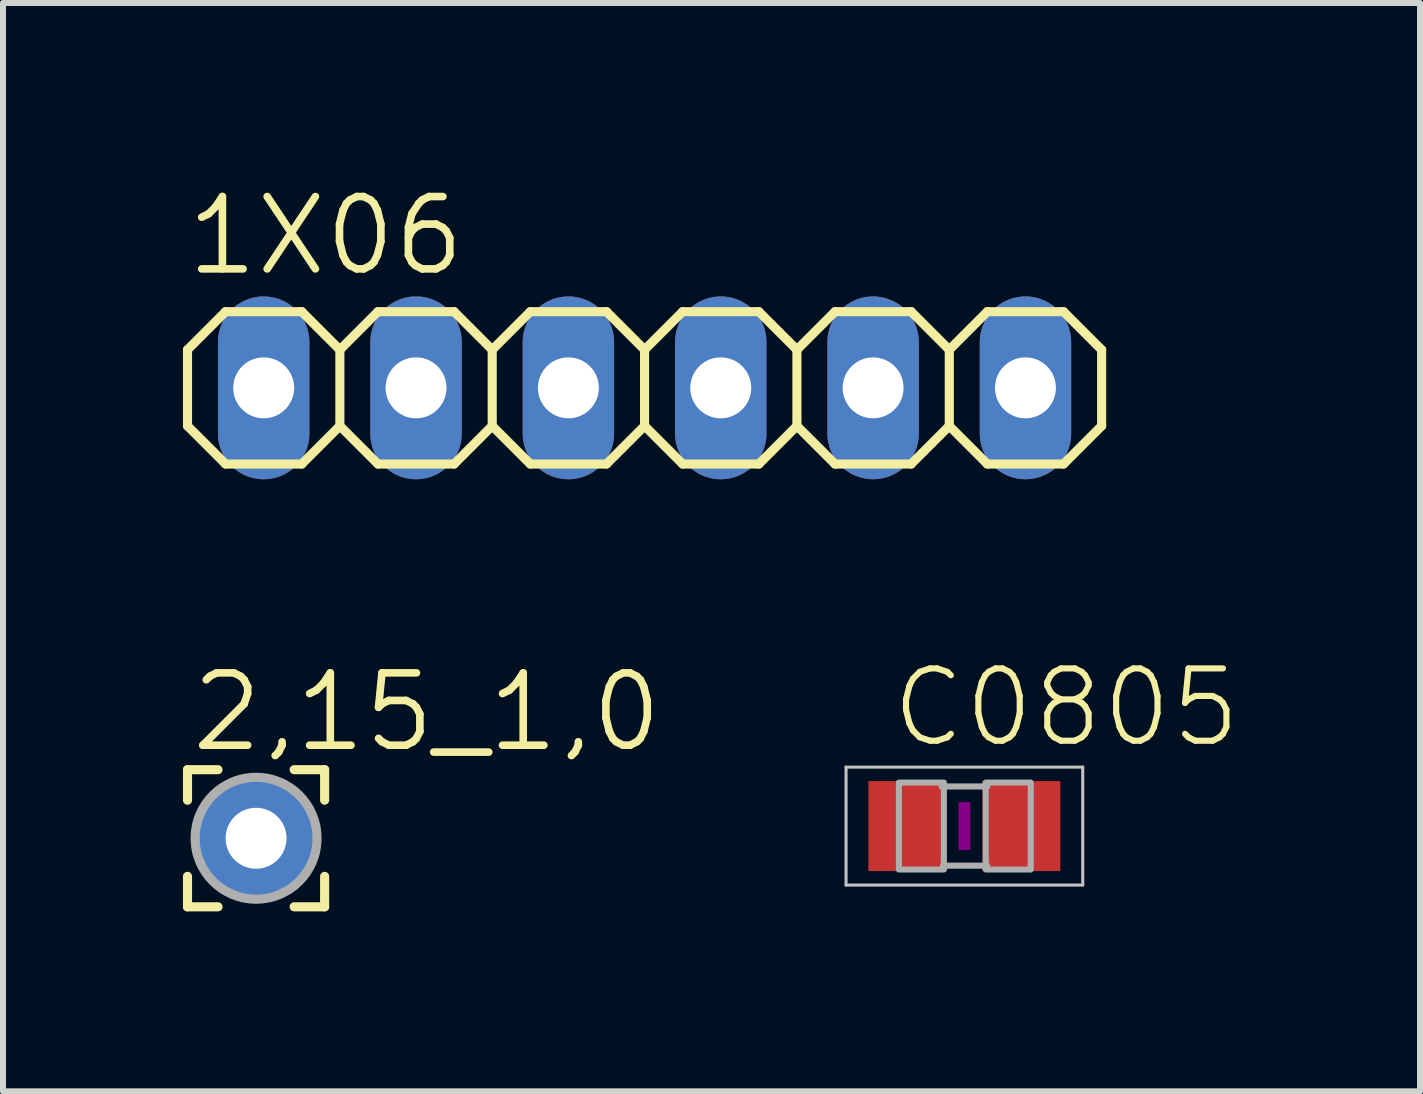
<source format=kicad_pcb>
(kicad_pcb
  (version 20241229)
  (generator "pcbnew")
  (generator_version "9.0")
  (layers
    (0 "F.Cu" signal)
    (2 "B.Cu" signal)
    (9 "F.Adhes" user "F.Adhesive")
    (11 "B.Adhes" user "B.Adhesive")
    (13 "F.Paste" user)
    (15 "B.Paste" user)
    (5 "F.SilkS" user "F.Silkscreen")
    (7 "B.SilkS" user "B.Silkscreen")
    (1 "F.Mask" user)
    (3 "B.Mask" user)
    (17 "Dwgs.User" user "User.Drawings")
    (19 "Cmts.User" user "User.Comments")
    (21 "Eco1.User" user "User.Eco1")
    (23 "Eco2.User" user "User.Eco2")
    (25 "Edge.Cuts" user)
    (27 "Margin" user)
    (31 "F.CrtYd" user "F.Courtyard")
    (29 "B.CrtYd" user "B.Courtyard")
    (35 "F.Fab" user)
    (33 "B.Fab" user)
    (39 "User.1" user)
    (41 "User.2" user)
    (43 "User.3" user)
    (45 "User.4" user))
  (footprint "1X06"
    (layer "F.Cu")
    (at 7.696 3.416)
    (property "Reference" "1X06" (at -7.696 -1.829 0) (layer "F.SilkS") (effects (font (size 1.206 1.206) (thickness 0.127)) (justify left bottom)))
    (attr through_hole)
    (fp_line (start -7.62 -0.635) (end -7.62 0.635) (stroke (width 0.152) (type solid)) (layer "F.SilkS"))
    (fp_line (start -7.62 0.635) (end -6.985 1.27) (stroke (width 0.152) (type solid)) (layer "F.SilkS"))
    (fp_line (start -6.985 -1.27) (end -7.62 -0.635) (stroke (width 0.152) (type solid)) (layer "F.SilkS"))
    (fp_line (start -6.985 -1.27) (end -5.715 -1.27) (stroke (width 0.152) (type solid)) (layer "F.SilkS"))
    (fp_line (start -5.715 -1.27) (end -5.08 -0.635) (stroke (width 0.152) (type solid)) (layer "F.SilkS"))
    (fp_line (start -5.715 1.27) (end -6.985 1.27) (stroke (width 0.152) (type solid)) (layer "F.SilkS"))
    (fp_line (start -5.08 -0.635) (end -5.08 0.635) (stroke (width 0.152) (type solid)) (layer "F.SilkS"))
    (fp_line (start -5.08 -0.635) (end -4.445 -1.27) (stroke (width 0.152) (type solid)) (layer "F.SilkS"))
    (fp_line (start -5.08 0.635) (end -5.715 1.27) (stroke (width 0.152) (type solid)) (layer "F.SilkS"))
    (fp_line (start -4.445 -1.27) (end -3.175 -1.27) (stroke (width 0.152) (type solid)) (layer "F.SilkS"))
    (fp_line (start -4.445 1.27) (end -5.08 0.635) (stroke (width 0.152) (type solid)) (layer "F.SilkS"))
    (fp_line (start -3.175 -1.27) (end -2.54 -0.635) (stroke (width 0.152) (type solid)) (layer "F.SilkS"))
    (fp_line (start -3.175 1.27) (end -4.445 1.27) (stroke (width 0.152) (type solid)) (layer "F.SilkS"))
    (fp_line (start -2.54 -0.635) (end -2.54 0.635) (stroke (width 0.152) (type solid)) (layer "F.SilkS"))
    (fp_line (start -2.54 -0.635) (end -1.905 -1.27) (stroke (width 0.152) (type solid)) (layer "F.SilkS"))
    (fp_line (start -2.54 0.635) (end -3.175 1.27) (stroke (width 0.152) (type solid)) (layer "F.SilkS"))
    (fp_line (start -1.905 -1.27) (end -0.635 -1.27) (stroke (width 0.152) (type solid)) (layer "F.SilkS"))
    (fp_line (start -1.905 1.27) (end -2.54 0.635) (stroke (width 0.152) (type solid)) (layer "F.SilkS"))
    (fp_line (start -0.635 -1.27) (end 0 -0.635) (stroke (width 0.152) (type solid)) (layer "F.SilkS"))
    (fp_line (start -0.635 1.27) (end -1.905 1.27) (stroke (width 0.152) (type solid)) (layer "F.SilkS"))
    (fp_line (start 0 -0.635) (end 0 0.635) (stroke (width 0.152) (type solid)) (layer "F.SilkS"))
    (fp_line (start 0 0.635) (end -0.635 1.27) (stroke (width 0.152) (type solid)) (layer "F.SilkS"))
    (fp_line (start 0 0.635) (end 0.635 1.27) (stroke (width 0.152) (type solid)) (layer "F.SilkS"))
    (fp_line (start 0.635 -1.27) (end 0 -0.635) (stroke (width 0.152) (type solid)) (layer "F.SilkS"))
    (fp_line (start 0.635 -1.27) (end 1.905 -1.27) (stroke (width 0.152) (type solid)) (layer "F.SilkS"))
    (fp_line (start 1.905 -1.27) (end 2.54 -0.635) (stroke (width 0.152) (type solid)) (layer "F.SilkS"))
    (fp_line (start 1.905 1.27) (end 0.635 1.27) (stroke (width 0.152) (type solid)) (layer "F.SilkS"))
    (fp_line (start 2.54 -0.635) (end 2.54 0.635) (stroke (width 0.152) (type solid)) (layer "F.SilkS"))
    (fp_line (start 2.54 -0.635) (end 3.175 -1.27) (stroke (width 0.152) (type solid)) (layer "F.SilkS"))
    (fp_line (start 2.54 0.635) (end 1.905 1.27) (stroke (width 0.152) (type solid)) (layer "F.SilkS"))
    (fp_line (start 3.175 -1.27) (end 4.445 -1.27) (stroke (width 0.152) (type solid)) (layer "F.SilkS"))
    (fp_line (start 3.175 1.27) (end 2.54 0.635) (stroke (width 0.152) (type solid)) (layer "F.SilkS"))
    (fp_line (start 4.445 -1.27) (end 5.08 -0.635) (stroke (width 0.152) (type solid)) (layer "F.SilkS"))
    (fp_line (start 4.445 1.27) (end 3.175 1.27) (stroke (width 0.152) (type solid)) (layer "F.SilkS"))
    (fp_line (start 5.08 -0.635) (end 5.08 0.635) (stroke (width 0.152) (type solid)) (layer "F.SilkS"))
    (fp_line (start 5.08 0.635) (end 4.445 1.27) (stroke (width 0.152) (type solid)) (layer "F.SilkS"))
    (fp_line (start 5.08 0.635) (end 5.715 1.27) (stroke (width 0.152) (type solid)) (layer "F.SilkS"))
    (fp_line (start 5.715 -1.27) (end 5.08 -0.635) (stroke (width 0.152) (type solid)) (layer "F.SilkS"))
    (fp_line (start 5.715 -1.27) (end 6.985 -1.27) (stroke (width 0.152) (type solid)) (layer "F.SilkS"))
    (fp_line (start 6.985 -1.27) (end 7.62 -0.635) (stroke (width 0.152) (type solid)) (layer "F.SilkS"))
    (fp_line (start 6.985 1.27) (end 5.715 1.27) (stroke (width 0.152) (type solid)) (layer "F.SilkS"))
    (fp_line (start 7.62 -0.635) (end 7.62 0.635) (stroke (width 0.152) (type solid)) (layer "F.SilkS"))
    (fp_line (start 7.62 0.635) (end 6.985 1.27) (stroke (width 0.152) (type solid)) (layer "F.SilkS"))
    (fp_poly (pts (xy -6.604 0.254) (xy -6.096 0.254) (xy -6.096 -0.254) (xy -6.604 -0.254)) (stroke (width 0.1) (type solid)) (fill no) (layer "F.Fab"))
    (fp_poly (pts (xy -4.064 0.254) (xy -3.556 0.254) (xy -3.556 -0.254) (xy -4.064 -0.254)) (stroke (width 0.1) (type solid)) (fill no) (layer "F.Fab"))
    (fp_poly (pts (xy -1.524 0.254) (xy -1.016 0.254) (xy -1.016 -0.254) (xy -1.524 -0.254)) (stroke (width 0.1) (type solid)) (fill no) (layer "F.Fab"))
    (fp_poly (pts (xy 1.016 0.254) (xy 1.524 0.254) (xy 1.524 -0.254) (xy 1.016 -0.254)) (stroke (width 0.1) (type solid)) (fill no) (layer "F.Fab"))
    (fp_poly (pts (xy 3.556 0.254) (xy 4.064 0.254) (xy 4.064 -0.254) (xy 3.556 -0.254)) (stroke (width 0.1) (type solid)) (fill no) (layer "F.Fab"))
    (fp_poly (pts (xy 6.096 0.254) (xy 6.604 0.254) (xy 6.604 -0.254) (xy 6.096 -0.254)) (stroke (width 0.1) (type solid)) (fill no) (layer "F.Fab"))
    (pad "1" thru_hole oval (at -6.35 0 90) (size 3.048 1.524) (drill 1.016) (layers "*.Cu" "*.Mask"))
    (pad "2" thru_hole oval (at -3.81 0 90) (size 3.048 1.524) (drill 1.016) (layers "*.Cu" "*.Mask"))
    (pad "3" thru_hole oval (at -1.27 0 90) (size 3.048 1.524) (drill 1.016) (layers "*.Cu" "*.Mask"))
    (pad "4" thru_hole oval (at 1.27 0 90) (size 3.048 1.524) (drill 1.016) (layers "*.Cu" "*.Mask"))
    (pad "5" thru_hole oval (at 3.81 0 90) (size 3.048 1.524) (drill 1.016) (layers "*.Cu" "*.Mask"))
    (pad "6" thru_hole oval (at 6.35 0 90) (size 3.048 1.524) (drill 1.016) (layers "*.Cu" "*.Mask")))
  (footprint "C0805"
    (layer "F.Cu")
    (at 13.028 10.722)
    (property "Reference" "C0805" (at -1.27 -1.27 0) (layer "F.SilkS") (effects (font (size 1.206 1.206) (thickness 0.102)) (justify left bottom)))
    (attr through_hole)
    (fp_poly (pts (xy -0.1 0.4) (xy 0.1 0.4) (xy 0.1 -0.4) (xy -0.1 -0.4)) (stroke (width 0) (type solid)) (fill yes) (layer "F.Adhes"))
    (fp_line (start -1.973 -0.983) (end 1.973 -0.983) (stroke (width 0.051) (type solid)) (layer "Dwgs.User"))
    (fp_line (start -1.973 0.983) (end -1.973 -0.983) (stroke (width 0.051) (type solid)) (layer "Dwgs.User"))
    (fp_line (start 1.973 -0.983) (end 1.973 0.983) (stroke (width 0.051) (type solid)) (layer "Dwgs.User"))
    (fp_line (start 1.973 0.983) (end -1.973 0.983) (stroke (width 0.051) (type solid)) (layer "Dwgs.User"))
    (fp_line (start -0.381 -0.66) (end 0.381 -0.66) (stroke (width 0.102) (type solid)) (layer "F.Fab"))
    (fp_line (start -0.356 0.66) (end 0.381 0.66) (stroke (width 0.102) (type solid)) (layer "F.Fab"))
    (fp_poly (pts (xy -1.092 0.724) (xy -0.342 0.724) (xy -0.342 -0.726) (xy -1.092 -0.726)) (stroke (width 0.1) (type solid)) (fill no) (layer "F.Fab"))
    (fp_poly (pts (xy 0.356 0.724) (xy 1.106 0.724) (xy 1.106 -0.726) (xy 0.356 -0.726)) (stroke (width 0.1) (type solid)) (fill no) (layer "F.Fab"))
    (pad "1" smd rect (at -0.95 0) (size 1.3 1.5) (layers "F.Cu" "F.Mask" "F.Paste"))
    (pad "2" smd rect (at 0.95 0) (size 1.3 1.5) (layers "F.Cu" "F.Mask" "F.Paste")))
  (footprint "2,15_1,0"
    (layer "F.Cu")
    (at 1.219 10.925)
    (property "Reference" "2,15_1,0" (at -1.143 -1.397 0) (layer "F.SilkS") (effects (font (size 1.206 1.206) (thickness 0.127)) (justify left bottom)))
    (attr through_hole)
    (fp_line (start -1.143 -1.143) (end -1.143 -0.635) (stroke (width 0.152) (type solid)) (layer "F.SilkS"))
    (fp_line (start -1.143 0.635) (end -1.143 1.143) (stroke (width 0.152) (type solid)) (layer "F.SilkS"))
    (fp_line (start -1.143 1.143) (end -0.635 1.143) (stroke (width 0.152) (type solid)) (layer "F.SilkS"))
    (fp_line (start -0.635 -1.143) (end -1.143 -1.143) (stroke (width 0.152) (type solid)) (layer "F.SilkS"))
    (fp_line (start 1.143 -1.143) (end 0.635 -1.143) (stroke (width 0.152) (type solid)) (layer "F.SilkS"))
    (fp_line (start 1.143 -0.635) (end 1.143 -1.143) (stroke (width 0.152) (type solid)) (layer "F.SilkS"))
    (fp_line (start 1.143 1.143) (end 0.635 1.143) (stroke (width 0.152) (type solid)) (layer "F.SilkS"))
    (fp_line (start 1.143 1.143) (end 1.143 0.635) (stroke (width 0.152) (type solid)) (layer "F.SilkS"))
    (fp_circle (center 0 0) (end 1.016 0) (stroke (width 0.152) (type solid)) (fill no) (layer "F.Fab"))
    (pad "1" thru_hole circle (at 0 0) (size 2.159 2.159) (drill 1.016) (layers "*.Cu" "*.Mask")))
  (gr_rect
    (start -3 -3)
    (end 20.624 15.144)
    (stroke (width 0.1) (type default))
    (fill no)
    (layer "Edge.Cuts")))
</source>
